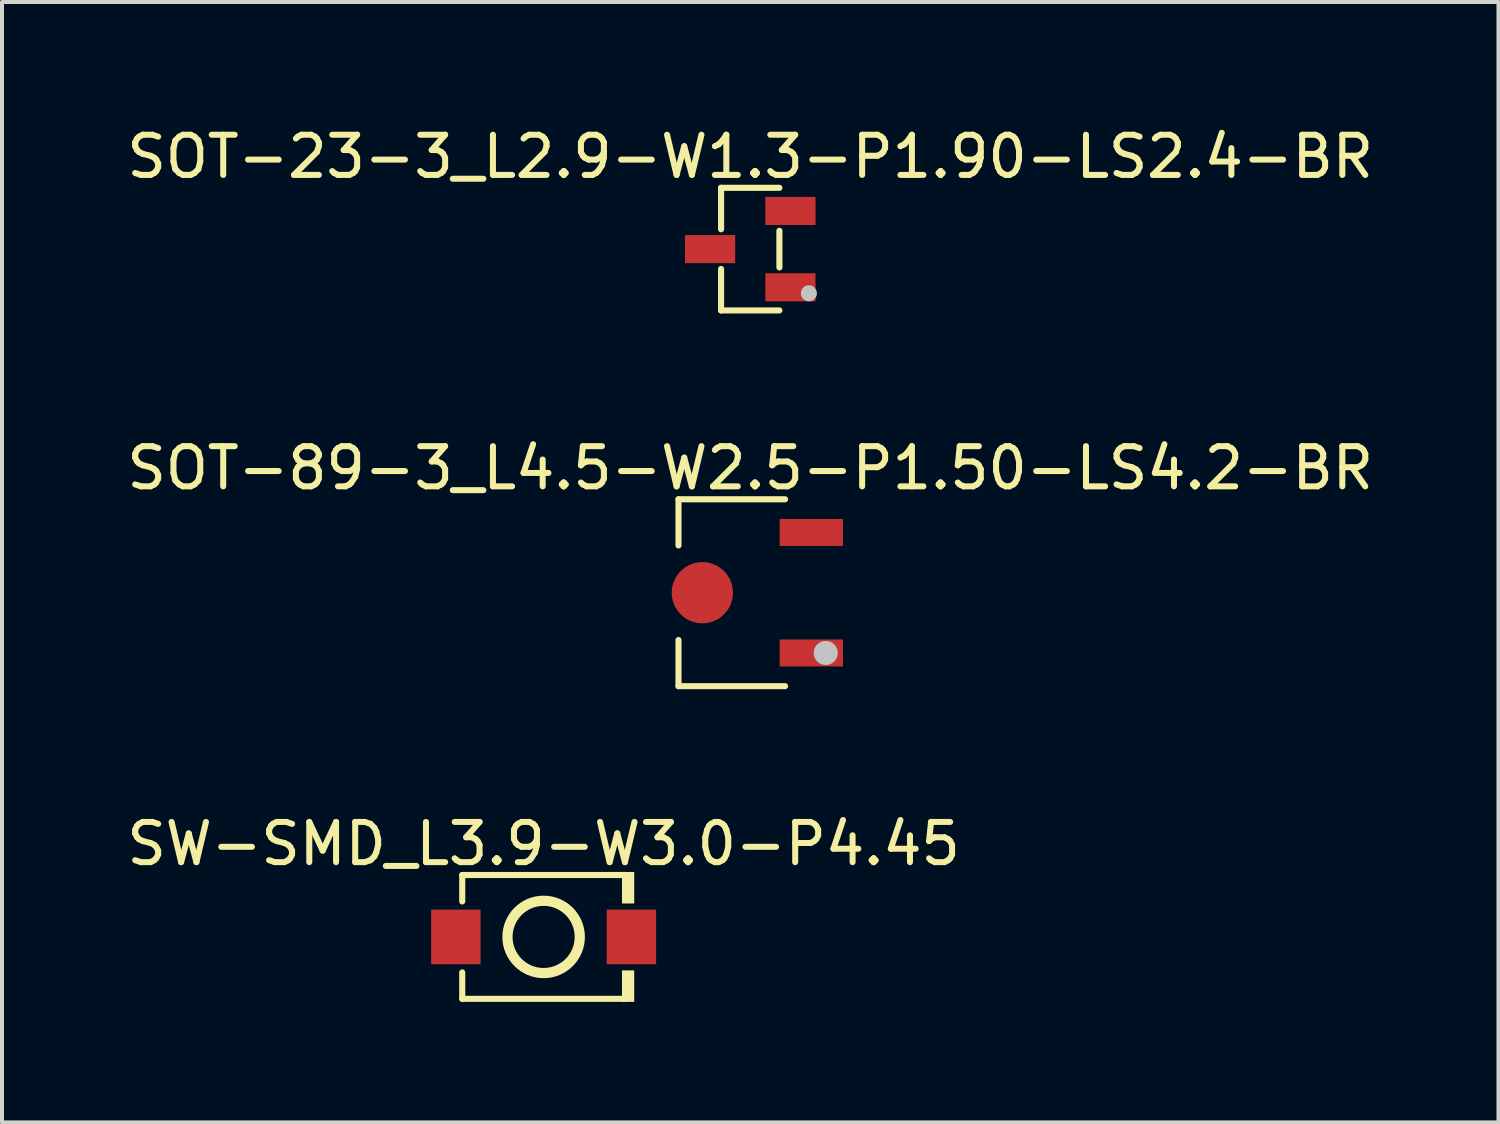
<source format=kicad_pcb>
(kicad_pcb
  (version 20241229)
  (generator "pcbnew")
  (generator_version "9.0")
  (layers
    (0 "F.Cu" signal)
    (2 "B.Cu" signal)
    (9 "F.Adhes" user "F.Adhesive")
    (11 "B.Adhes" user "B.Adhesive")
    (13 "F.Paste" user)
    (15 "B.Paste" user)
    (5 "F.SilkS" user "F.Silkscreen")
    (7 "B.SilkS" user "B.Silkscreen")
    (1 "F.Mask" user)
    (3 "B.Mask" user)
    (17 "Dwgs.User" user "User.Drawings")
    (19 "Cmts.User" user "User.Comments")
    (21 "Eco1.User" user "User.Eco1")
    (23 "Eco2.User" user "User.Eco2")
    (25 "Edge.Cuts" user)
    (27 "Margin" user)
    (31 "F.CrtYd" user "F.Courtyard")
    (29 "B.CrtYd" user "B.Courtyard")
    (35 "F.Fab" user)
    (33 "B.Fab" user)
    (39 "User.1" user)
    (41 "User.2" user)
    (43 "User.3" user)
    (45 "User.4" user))
  (footprint "SW-SMD_L3.9-W3.0-P4.45"
    (layer "F.Cu")
    (at 10.482 20.272)
    (property "Reference" "SW-SMD_L3.9-W3.0-P4.45" (at 0 -2.317 0) (layer "F.SilkS") (effects (font (size 1 1) (thickness 0.15))))
    (fp_line (start -2.026 -1.541) (end -2.026 -0.883) (stroke (width 0.152) (type default)) (layer "F.SilkS"))
    (fp_line (start -2.026 1.541) (end -2.026 0.883) (stroke (width 0.152) (type default)) (layer "F.SilkS"))
    (fp_line (start 2.026 -1.541) (end -2.026 -1.541) (stroke (width 0.152) (type default)) (layer "F.SilkS"))
    (fp_line (start 2.026 1.541) (end -2.026 1.541) (stroke (width 0.152) (type default)) (layer "F.SilkS"))
    (fp_circle (center 0 0) (end 0.9 0) (stroke (width 0.254) (type default)) (fill no) (layer "F.SilkS"))
    (fp_poly (pts (xy 1.95 -1.617) (xy 1.95 -0.833) (xy 2.255 -0.833) (xy 2.255 -1.617)) (stroke (width 0) (type default)) (fill yes) (layer "F.SilkS"))
    (fp_poly (pts (xy 1.95 1.617) (xy 1.95 0.833) (xy 2.255 0.833) (xy 2.255 1.617)) (stroke (width 0) (type default)) (fill yes) (layer "F.SilkS"))
    (fp_poly (pts (xy -2.5 -0.65) (xy -2.5 0.65) (xy -1.6 0.65) (xy -1.6 -0.65)) (stroke (width 0.1) (type default)) (fill no) (layer "User.1"))
    (fp_poly (pts (xy 2.5 -0.65) (xy 2.5 0.65) (xy 1.6 0.65) (xy 1.6 -0.65)) (stroke (width 0.1) (type default)) (fill no) (layer "User.1"))
    (fp_line (start -1.95 -1.465) (end 1.95 -1.465) (stroke (width 0.051) (type default)) (layer "User.2"))
    (fp_line (start -1.95 1.465) (end -1.95 -1.465) (stroke (width 0.051) (type default)) (layer "User.2"))
    (fp_line (start 1.95 -1.465) (end 1.95 1.465) (stroke (width 0.051) (type default)) (layer "User.2"))
    (fp_line (start 1.95 1.465) (end -1.95 1.465) (stroke (width 0.051) (type default)) (layer "User.2"))
    (fp_poly (pts (xy 2.555 -1.488) (xy 2.523 -1.52) (xy 2.477 -1.52) (xy 2.445 -1.488) (xy 2.445 -1.442) (xy 2.477 -1.41) (xy 2.523 -1.41) (xy 2.555 -1.442)) (stroke (width 0.1) (type default)) (fill no) (layer "User.3"))
    (pad "1" smd rect (at -2.185 0) (size 1.23 1.36) (layers "F.Cu" "F.Mask" "F.Paste"))
    (pad "2" smd rect (at 2.185 0) (size 1.23 1.36) (layers "F.Cu" "F.Mask" "F.Paste")))
  (footprint "SOT-89-3_L4.5-W2.5-P1.50-LS4.2-BR"
    (layer "F.Cu")
    (at 15.789 11.704)
    (property "Reference" "SOT-89-3_L4.5-W2.5-P1.50-LS4.2-BR" (at -0.164 -3.103 0) (layer "F.SilkS") (effects (font (size 1 1) (thickness 0.15))))
    (fp_line (start -1.95 -2.326) (end -1.95 -1.177) (stroke (width 0.152) (type default)) (layer "F.SilkS"))
    (fp_line (start -1.95 2.326) (end -1.95 1.177) (stroke (width 0.152) (type default)) (layer "F.SilkS"))
    (fp_line (start 0.703 -2.326) (end -1.95 -2.326) (stroke (width 0.152) (type default)) (layer "F.SilkS"))
    (fp_line (start 0.703 2.326) (end -1.95 2.326) (stroke (width 0.152) (type default)) (layer "F.SilkS"))
    (fp_circle (center 1.715 1.5) (end 1.865 1.5) (stroke (width 0.3) (type default)) (fill no) (layer "Dwgs.User"))
    (fp_poly (pts (xy 0.624 -1.75) (xy 1.724 -1.75) (xy 1.724 -1.25) (xy 0.624 -1.25)) (stroke (width 0.1) (type default)) (fill no) (layer "User.1"))
    (fp_poly (pts (xy 0.624 1.25) (xy 1.724 1.25) (xy 1.724 1.75) (xy 0.624 1.75)) (stroke (width 0.1) (type default)) (fill no) (layer "User.1"))
    (fp_poly (pts (xy 0.439 0.26) (xy 1.724 0.26) (xy 1.724 -0.26) (xy 0.439 -0.26) (xy -0.136 -0.863) (xy -2 -0.863) (xy -2.471 -0.287) (xy -2.471 0.287) (xy -2 0.863) (xy -0.136 0.863)) (stroke (width 0.1) (type default)) (fill no) (layer "User.1"))
    (fp_line (start -1.873 -2.25) (end 0.626 -2.25) (stroke (width 0.051) (type default)) (layer "User.2"))
    (fp_line (start -1.873 2.25) (end -1.873 -2.25) (stroke (width 0.051) (type default)) (layer "User.2"))
    (fp_line (start 0.626 -2.25) (end 0.626 2.25) (stroke (width 0.051) (type default)) (layer "User.2"))
    (fp_line (start 0.626 2.25) (end -1.873 2.25) (stroke (width 0.051) (type default)) (layer "User.2"))
    (fp_poly (pts (xy 1.779 2.227) (xy 1.747 2.195) (xy 1.701 2.195) (xy 1.669 2.227) (xy 1.669 2.273) (xy 1.701 2.305) (xy 1.747 2.305) (xy 1.779 2.273)) (stroke (width 0.1) (type default)) (fill no) (layer "User.3"))
    (pad "1" smd rect (at 1.356 1.5) (size 1.575 0.672) (layers "F.Cu" "F.Mask" "F.Paste"))
    (pad "2" smd circle (at -1.356 0) (size 1.524 1.524) (layers "F.Cu" "F.Mask" "F.Paste"))
    (pad "3" smd rect (at 1.356 -1.5) (size 1.575 0.672) (layers "F.Cu" "F.Mask" "F.Paste")))
  (footprint "SOT-23-3_L2.9-W1.3-P1.90-LS2.4-BR"
    (layer "F.Cu")
    (at 15.625 3.151)
    (property "Reference" "SOT-23-3_L2.9-W1.3-P1.90-LS2.4-BR" (at 0 -2.302 0) (layer "F.SilkS") (effects (font (size 1 1) (thickness 0.15))))
    (fp_line (start -0.726 -1.526) (end -0.726 -0.494) (stroke (width 0.152) (type default)) (layer "F.SilkS"))
    (fp_line (start -0.726 1.526) (end -0.726 0.494) (stroke (width 0.152) (type default)) (layer "F.SilkS"))
    (fp_line (start 0.726 -1.526) (end -0.726 -1.526) (stroke (width 0.152) (type default)) (layer "F.SilkS"))
    (fp_line (start 0.726 -0.456) (end 0.726 0.456) (stroke (width 0.152) (type default)) (layer "F.SilkS"))
    (fp_line (start 0.726 1.526) (end -0.726 1.526) (stroke (width 0.152) (type default)) (layer "F.SilkS"))
    (fp_circle (center 1.46 1.1) (end 1.56 1.1) (stroke (width 0.2) (type default)) (fill no) (layer "Dwgs.User"))
    (fp_poly (pts (xy -1.2 0.215) (xy -1.2 -0.215) (xy -0.9 -0.215) (xy -0.9 0.215)) (stroke (width 0.1) (type default)) (fill no) (layer "User.1"))
    (fp_poly (pts (xy -0.91 0.215) (xy -0.91 -0.215) (xy -0.64 -0.215) (xy -0.64 0.215)) (stroke (width 0.1) (type default)) (fill no) (layer "User.1"))
    (fp_poly (pts (xy 0.64 -0.735) (xy 0.64 -1.165) (xy 0.91 -1.165) (xy 0.91 -0.735)) (stroke (width 0.1) (type default)) (fill no) (layer "User.1"))
    (fp_poly (pts (xy 0.64 1.165) (xy 0.64 0.735) (xy 0.91 0.735) (xy 0.91 1.165)) (stroke (width 0.1) (type default)) (fill no) (layer "User.1"))
    (fp_poly (pts (xy 0.9 -0.735) (xy 0.9 -1.165) (xy 1.2 -1.165) (xy 1.2 -0.735)) (stroke (width 0.1) (type default)) (fill no) (layer "User.1"))
    (fp_poly (pts (xy 0.9 1.165) (xy 0.9 0.735) (xy 1.2 0.735) (xy 1.2 1.165)) (stroke (width 0.1) (type default)) (fill no) (layer "User.1"))
    (fp_line (start -0.65 -1.45) (end 0.65 -1.45) (stroke (width 0.051) (type default)) (layer "User.2"))
    (fp_line (start -0.65 1.45) (end -0.65 -1.45) (stroke (width 0.051) (type default)) (layer "User.2"))
    (fp_line (start 0.65 -1.45) (end 0.65 1.45) (stroke (width 0.051) (type default)) (layer "User.2"))
    (fp_line (start 0.65 1.45) (end -0.65 1.45) (stroke (width 0.051) (type default)) (layer "User.2"))
    (fp_poly (pts (xy 1.255 1.427) (xy 1.223 1.395) (xy 1.177 1.395) (xy 1.145 1.427) (xy 1.145 1.473) (xy 1.177 1.505) (xy 1.223 1.505) (xy 1.255 1.473)) (stroke (width 0.1) (type default)) (fill no) (layer "User.3"))
    (pad "1" smd rect (at 1 0.95) (size 1.25 0.7) (layers "F.Cu" "F.Mask" "F.Paste"))
    (pad "2" smd rect (at 1 -0.95) (size 1.25 0.7) (layers "F.Cu" "F.Mask" "F.Paste"))
    (pad "3" smd rect (at -1 0) (size 1.25 0.7) (layers "F.Cu" "F.Mask" "F.Paste")))
  (gr_rect
    (start -3 -3)
    (end 34.25 24.889)
    (stroke (width 0.1) (type default))
    (fill no)
    (layer "Edge.Cuts")))
</source>
